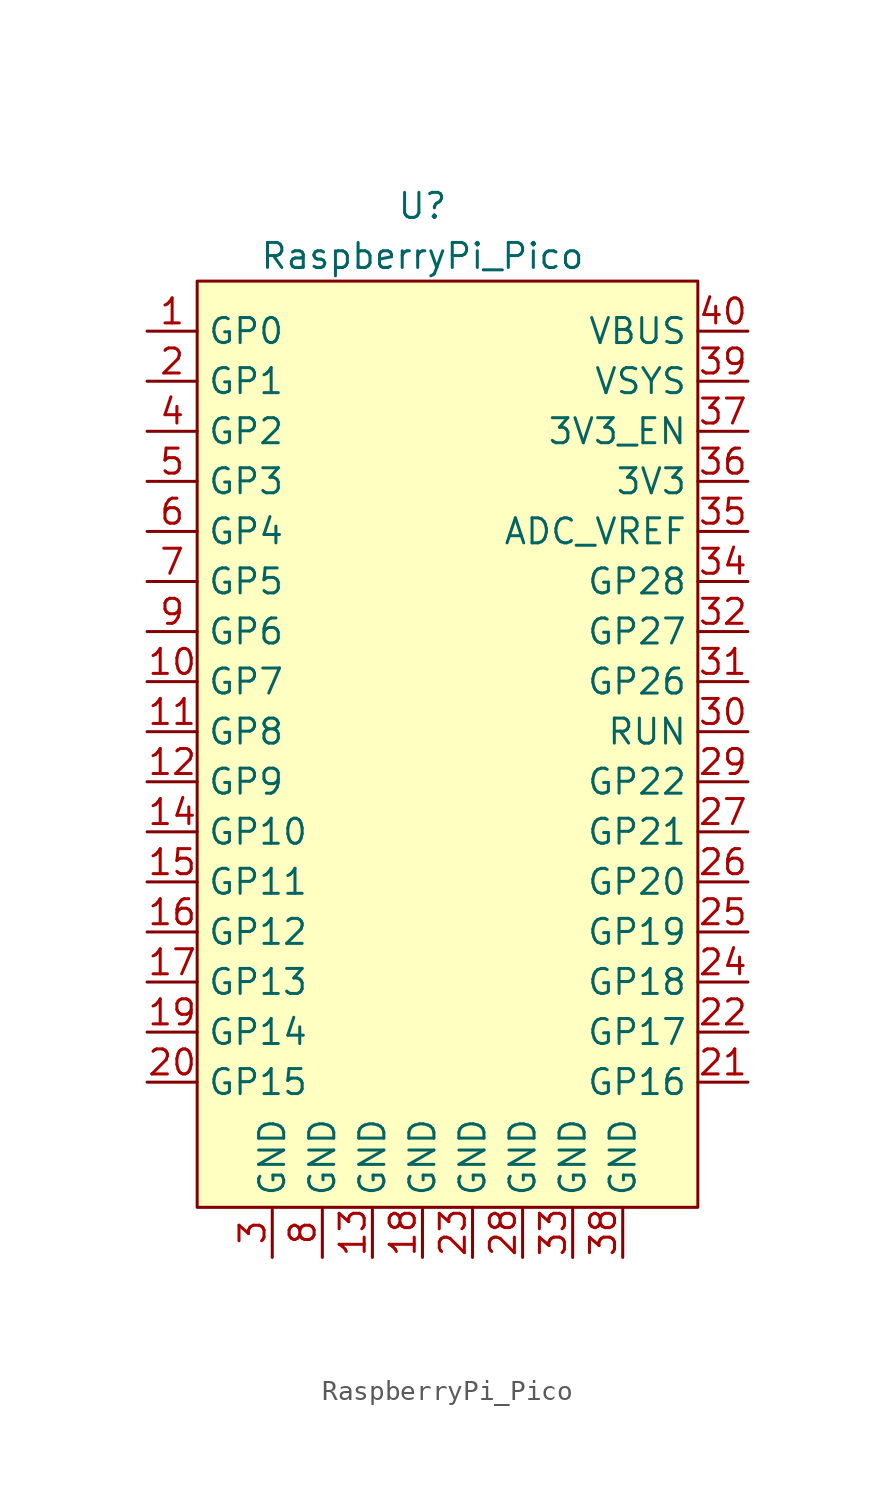
<source format=kicad_sym>
(kicad_symbol_lib
  (version 20211014)
  (generator kicad_symbol_editor)
  (symbol "RaspberryPi_Pico"
    (property "Reference" "U"
      (at 0 5.08 0)
      (effects (font (size 1.27 1.27))))
    (property "Value" "RaspberryPi_Pico"
      (at 0 2.54 0)
      (effects (font (size 1.27 1.27))))
    (symbol "RaspberryPi_Pico_0_1"
      (rectangle (start -11.43 1.27) (end 13.97 -45.72) (stroke (width 0) (type default) (color 0 0 0 0)) (fill (type background))))
    (symbol "RaspberryPi_Pico_1_1"
      (pin input line (at -13.97 -1.27 0) (length 2.54) (name "GP0" (effects (font (size 1.27 1.27)))) (number "1" (effects (font (size 1.27 1.27)))))
      (pin input line (at -13.97 -19.05 0) (length 2.54) (name "GP7" (effects (font (size 1.27 1.27)))) (number "10" (effects (font (size 1.27 1.27)))))
      (pin input line (at -13.97 -21.59 0) (length 2.54) (name "GP8" (effects (font (size 1.27 1.27)))) (number "11" (effects (font (size 1.27 1.27)))))
      (pin input line (at -13.97 -24.13 0) (length 2.54) (name "GP9" (effects (font (size 1.27 1.27)))) (number "12" (effects (font (size 1.27 1.27)))))
      (pin input line (at -2.54 -48.26 90) (length 2.54) (name "GND" (effects (font (size 1.27 1.27)))) (number "13" (effects (font (size 1.27 1.27)))))
      (pin input line (at -13.97 -26.67 0) (length 2.54) (name "GP10" (effects (font (size 1.27 1.27)))) (number "14" (effects (font (size 1.27 1.27)))))
      (pin input line (at -13.97 -29.21 0) (length 2.54) (name "GP11" (effects (font (size 1.27 1.27)))) (number "15" (effects (font (size 1.27 1.27)))))
      (pin input line (at -13.97 -31.75 0) (length 2.54) (name "GP12" (effects (font (size 1.27 1.27)))) (number "16" (effects (font (size 1.27 1.27)))))
      (pin input line (at -13.97 -34.29 0) (length 2.54) (name "GP13" (effects (font (size 1.27 1.27)))) (number "17" (effects (font (size 1.27 1.27)))))
      (pin input line (at 0 -48.26 90) (length 2.54) (name "GND" (effects (font (size 1.27 1.27)))) (number "18" (effects (font (size 1.27 1.27)))))
      (pin input line (at -13.97 -36.83 0) (length 2.54) (name "GP14" (effects (font (size 1.27 1.27)))) (number "19" (effects (font (size 1.27 1.27)))))
      (pin input line (at -13.97 -3.81 0) (length 2.54) (name "GP1" (effects (font (size 1.27 1.27)))) (number "2" (effects (font (size 1.27 1.27)))))
      (pin input line (at -13.97 -39.37 0) (length 2.54) (name "GP15" (effects (font (size 1.27 1.27)))) (number "20" (effects (font (size 1.27 1.27)))))
      (pin input line (at 16.51 -39.37 180) (length 2.54) (name "GP16" (effects (font (size 1.27 1.27)))) (number "21" (effects (font (size 1.27 1.27)))))
      (pin input line (at 16.51 -36.83 180) (length 2.54) (name "GP17" (effects (font (size 1.27 1.27)))) (number "22" (effects (font (size 1.27 1.27)))))
      (pin input line (at 2.54 -48.26 90) (length 2.54) (name "GND" (effects (font (size 1.27 1.27)))) (number "23" (effects (font (size 1.27 1.27)))))
      (pin input line (at 16.51 -34.29 180) (length 2.54) (name "GP18" (effects (font (size 1.27 1.27)))) (number "24" (effects (font (size 1.27 1.27)))))
      (pin input line (at 16.51 -31.75 180) (length 2.54) (name "GP19" (effects (font (size 1.27 1.27)))) (number "25" (effects (font (size 1.27 1.27)))))
      (pin input line (at 16.51 -29.21 180) (length 2.54) (name "GP20" (effects (font (size 1.27 1.27)))) (number "26" (effects (font (size 1.27 1.27)))))
      (pin input line (at 16.51 -26.67 180) (length 2.54) (name "GP21" (effects (font (size 1.27 1.27)))) (number "27" (effects (font (size 1.27 1.27)))))
      (pin input line (at 5.08 -48.26 90) (length 2.54) (name "GND" (effects (font (size 1.27 1.27)))) (number "28" (effects (font (size 1.27 1.27)))))
      (pin input line (at 16.51 -24.13 180) (length 2.54) (name "GP22" (effects (font (size 1.27 1.27)))) (number "29" (effects (font (size 1.27 1.27)))))
      (pin input line (at -7.62 -48.26 90) (length 2.54) (name "GND" (effects (font (size 1.27 1.27)))) (number "3" (effects (font (size 1.27 1.27)))))
      (pin input line (at 16.51 -21.59 180) (length 2.54) (name "RUN" (effects (font (size 1.27 1.27)))) (number "30" (effects (font (size 1.27 1.27)))))
      (pin input line (at 16.51 -19.05 180) (length 2.54) (name "GP26" (effects (font (size 1.27 1.27)))) (number "31" (effects (font (size 1.27 1.27)))))
      (pin input line (at 16.51 -16.51 180) (length 2.54) (name "GP27" (effects (font (size 1.27 1.27)))) (number "32" (effects (font (size 1.27 1.27)))))
      (pin input line (at 7.62 -48.26 90) (length 2.54) (name "GND" (effects (font (size 1.27 1.27)))) (number "33" (effects (font (size 1.27 1.27)))))
      (pin input line (at 16.51 -13.97 180) (length 2.54) (name "GP28" (effects (font (size 1.27 1.27)))) (number "34" (effects (font (size 1.27 1.27)))))
      (pin input line (at 16.51 -11.43 180) (length 2.54) (name "ADC_VREF" (effects (font (size 1.27 1.27)))) (number "35" (effects (font (size 1.27 1.27)))))
      (pin input line (at 16.51 -8.89 180) (length 2.54) (name "3V3" (effects (font (size 1.27 1.27)))) (number "36" (effects (font (size 1.27 1.27)))))
      (pin input line (at 16.51 -6.35 180) (length 2.54) (name "3V3_EN" (effects (font (size 1.27 1.27)))) (number "37" (effects (font (size 1.27 1.27)))))
      (pin input line (at 10.16 -48.26 90) (length 2.54) (name "GND" (effects (font (size 1.27 1.27)))) (number "38" (effects (font (size 1.27 1.27)))))
      (pin input line (at 16.51 -3.81 180) (length 2.54) (name "VSYS" (effects (font (size 1.27 1.27)))) (number "39" (effects (font (size 1.27 1.27)))))
      (pin input line (at -13.97 -6.35 0) (length 2.54) (name "GP2" (effects (font (size 1.27 1.27)))) (number "4" (effects (font (size 1.27 1.27)))))
      (pin input line (at 16.51 -1.27 180) (length 2.54) (name "VBUS" (effects (font (size 1.27 1.27)))) (number "40" (effects (font (size 1.27 1.27)))))
      (pin input line (at -13.97 -8.89 0) (length 2.54) (name "GP3" (effects (font (size 1.27 1.27)))) (number "5" (effects (font (size 1.27 1.27)))))
      (pin input line (at -13.97 -11.43 0) (length 2.54) (name "GP4" (effects (font (size 1.27 1.27)))) (number "6" (effects (font (size 1.27 1.27)))))
      (pin input line (at -13.97 -13.97 0) (length 2.54) (name "GP5" (effects (font (size 1.27 1.27)))) (number "7" (effects (font (size 1.27 1.27)))))
      (pin input line (at -5.08 -48.26 90) (length 2.54) (name "GND" (effects (font (size 1.27 1.27)))) (number "8" (effects (font (size 1.27 1.27)))))
      (pin input line (at -13.97 -16.51 0) (length 2.54) (name "GP6" (effects (font (size 1.27 1.27)))) (number "9" (effects (font (size 1.27 1.27))))))))
</source>
